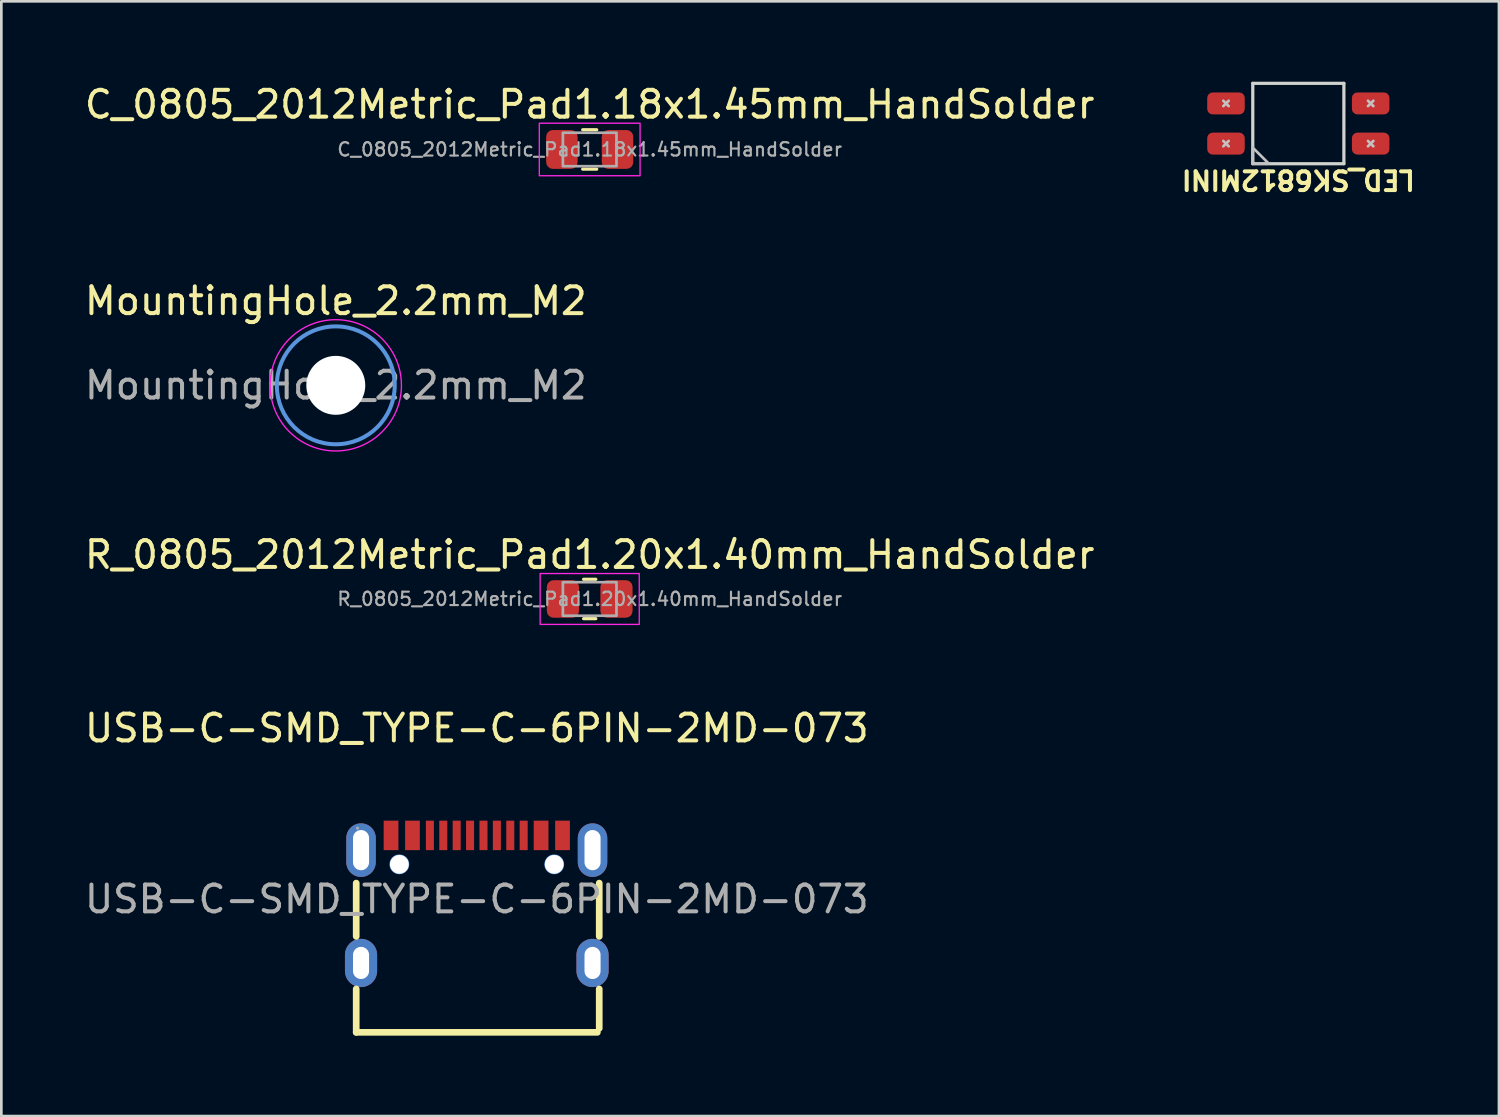
<source format=kicad_pcb>
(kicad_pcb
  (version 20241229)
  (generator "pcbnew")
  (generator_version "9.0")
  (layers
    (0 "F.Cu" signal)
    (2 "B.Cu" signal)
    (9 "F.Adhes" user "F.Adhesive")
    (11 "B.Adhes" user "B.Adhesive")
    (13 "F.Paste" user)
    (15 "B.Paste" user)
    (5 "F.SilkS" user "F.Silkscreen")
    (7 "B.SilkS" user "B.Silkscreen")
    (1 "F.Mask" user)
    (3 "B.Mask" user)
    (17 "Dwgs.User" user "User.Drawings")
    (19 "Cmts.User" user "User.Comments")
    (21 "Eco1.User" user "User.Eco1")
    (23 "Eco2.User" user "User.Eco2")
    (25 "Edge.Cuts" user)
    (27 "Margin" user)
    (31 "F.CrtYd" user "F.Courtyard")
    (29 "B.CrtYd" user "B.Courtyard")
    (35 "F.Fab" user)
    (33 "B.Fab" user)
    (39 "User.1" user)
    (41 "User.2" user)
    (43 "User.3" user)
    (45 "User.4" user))
  (footprint "C_0805_2012Metric_Pad1.18x1.45mm_HandSolder"
    (layer "F.Cu")
    (at 18.958 2.528)
    (property "Reference" "C_0805_2012Metric_Pad1.18x1.45mm_HandSolder" (at 0 -1.68 0) (layer "F.SilkS") (effects (font (size 1 1) (thickness 0.15))))
    (attr smd)
    (fp_line (start -0.261 -0.735) (end 0.261 -0.735) (stroke (width 0.12) (type solid)) (layer "F.SilkS"))
    (fp_line (start -0.261 0.735) (end 0.261 0.735) (stroke (width 0.12) (type solid)) (layer "F.SilkS"))
    (fp_rect (start -1.88 -0.98) (end 1.88 0.98) (stroke (width 0.05) (type solid)) (fill no) (layer "F.CrtYd"))
    (fp_rect (start -1 -0.625) (end 1 0.625) (stroke (width 0.1) (type solid)) (fill no) (layer "F.Fab"))
    (fp_text user "${REFERENCE}" (at 0 0 0) (layer "F.Fab") (effects (font (size 0.5 0.5) (thickness 0.08))))
    (pad "1" smd roundrect (at -1.038 0 180) (size 1.175 1.45) (layers "F.Cu" "F.Mask" "F.Paste") (roundrect_rratio 0.213))
    (pad "2" smd roundrect (at 1.038 0 180) (size 1.175 1.45) (layers "F.Cu" "F.Mask" "F.Paste") (roundrect_rratio 0.213)))
  (footprint "LED_SK6812MINI"
    (layer "F.Cu")
    (at 45.405 1.56)
    (property "Reference" "LED_SK6812MINI" (at 0 2.1 180) (unlocked yes) (layer "F.SilkS") (effects (font (size 0.7 0.7) (thickness 0.15))))
    (attr through_hole)
    (fp_line (start -2.8 -0.65) (end -2.6 -0.85) (stroke (width 0.1) (type default)) (layer "Dwgs.User"))
    (fp_line (start -2.8 0.85) (end -2.6 0.65) (stroke (width 0.1) (type default)) (layer "Dwgs.User"))
    (fp_line (start -2.6 -0.65) (end -2.8 -0.85) (stroke (width 0.1) (type default)) (layer "Dwgs.User"))
    (fp_line (start -2.6 0.85) (end -2.8 0.65) (stroke (width 0.1) (type default)) (layer "Dwgs.User"))
    (fp_line (start 2.6 -0.65) (end 2.8 -0.85) (stroke (width 0.1) (type default)) (layer "Dwgs.User"))
    (fp_line (start 2.6 0.85) (end 2.8 0.65) (stroke (width 0.1) (type default)) (layer "Dwgs.User"))
    (fp_line (start 2.8 -0.65) (end 2.6 -0.85) (stroke (width 0.1) (type default)) (layer "Dwgs.User"))
    (fp_line (start 2.8 0.85) (end 2.6 0.65) (stroke (width 0.1) (type default)) (layer "Dwgs.User"))
    (fp_poly (pts (xy -1.1 1.5) (xy -1.7 1.5) (xy -1.7 0.9)) (stroke (width 0.1) (type solid)) (fill no) (layer "Dwgs.User"))
    (fp_line (start -1.7 -1.5) (end -1.7 1.5) (stroke (width 0.12) (type solid)) (layer "Edge.Cuts"))
    (fp_line (start -1.7 1.5) (end 1.7 1.5) (stroke (width 0.12) (type solid)) (layer "Edge.Cuts"))
    (fp_line (start 1.7 -1.5) (end -1.7 -1.5) (stroke (width 0.12) (type solid)) (layer "Edge.Cuts"))
    (fp_line (start 1.7 1.5) (end 1.7 -1.5) (stroke (width 0.12) (type solid)) (layer "Edge.Cuts"))
    (pad "1" smd roundrect (at 2.7 -0.75 180) (size 1.4 0.82) (layers "F.Cu" "F.Mask" "F.Paste") (roundrect_rratio 0.25))
    (pad "2" smd roundrect (at 2.7 0.75 180) (size 1.4 0.82) (layers "F.Cu" "F.Mask" "F.Paste") (roundrect_rratio 0.25))
    (pad "3" smd roundrect (at -2.7 0.75 180) (size 1.4 0.82) (layers "F.Cu" "F.Mask" "F.Paste") (roundrect_rratio 0.25))
    (pad "4" smd roundrect (at -2.7 -0.75 180) (size 1.4 0.82) (layers "F.Cu" "F.Mask" "F.Paste") (roundrect_rratio 0.25)))
  (footprint "R_0805_2012Metric_Pad1.20x1.40mm_HandSolder"
    (layer "F.Cu")
    (at 18.958 19.304)
    (property "Reference" "R_0805_2012Metric_Pad1.20x1.40mm_HandSolder" (at 0 -1.65 0) (layer "F.SilkS") (effects (font (size 1 1) (thickness 0.15))))
    (attr smd)
    (fp_line (start -0.227 -0.735) (end 0.227 -0.735) (stroke (width 0.12) (type solid)) (layer "F.SilkS"))
    (fp_line (start -0.227 0.735) (end 0.227 0.735) (stroke (width 0.12) (type solid)) (layer "F.SilkS"))
    (fp_rect (start -1.85 -0.95) (end 1.85 0.95) (stroke (width 0.05) (type solid)) (fill no) (layer "F.CrtYd"))
    (fp_rect (start -1 -0.625) (end 1 0.625) (stroke (width 0.1) (type solid)) (fill no) (layer "F.Fab"))
    (fp_text user "${REFERENCE}" (at 0 0 0) (layer "F.Fab") (effects (font (size 0.5 0.5) (thickness 0.08))))
    (pad "1" smd roundrect (at -1 0 180) (size 1.2 1.4) (layers "F.Cu" "F.Mask" "F.Paste") (roundrect_rratio 0.208))
    (pad "2" smd roundrect (at 1 0 180) (size 1.2 1.4) (layers "F.Cu" "F.Mask" "F.Paste") (roundrect_rratio 0.208)))
  (footprint "MountingHole_2.2mm_M2"
    (layer "F.Cu")
    (at 9.482 11.331)
    (property "Reference" "MountingHole_2.2mm_M2" (at 0 -3.15 0) (layer "F.SilkS") (effects (font (size 1 1) (thickness 0.15))))
    (attr exclude_from_pos_files exclude_from_bom)
    (fp_circle (center 0 0) (end 2.2 0) (stroke (width 0.15) (type solid)) (fill no) (layer "Cmts.User"))
    (fp_circle (center 0 0) (end 2.45 0) (stroke (width 0.05) (type solid)) (fill no) (layer "F.CrtYd"))
    (fp_text user "${REFERENCE}" (at 0 0 0) (layer "F.Fab") (effects (font (size 1 1) (thickness 0.15))))
    (pad "" np_thru_hole circle (at 0 0) (size 2.2 2.2) (drill 2.2) (layers "*.Cu" "*.Mask")))
  (footprint "USB-C-SMD_TYPE-C-6PIN-2MD-073"
    (layer "F.Cu")
    (at 14.744 30.508)
    (property "Reference" "USB-C-SMD_TYPE-C-6PIN-2MD-073" (at 0 -6.38 0) (layer "F.SilkS") (effects (font (size 1 1) (thickness 0.15))))
    (attr smd)
    (fp_line (start -4.5 1.39) (end -4.5 -0.6) (stroke (width 0.25) (type solid)) (layer "F.SilkS"))
    (fp_line (start -4.5 4.97) (end -4.5 3.35) (stroke (width 0.25) (type solid)) (layer "F.SilkS"))
    (fp_line (start 4.5 4.97) (end -4.5 4.97) (stroke (width 0.25) (type solid)) (layer "F.SilkS"))
    (fp_line (start 4.57 1.39) (end 4.57 -0.6) (stroke (width 0.25) (type solid)) (layer "F.SilkS"))
    (fp_line (start 4.57 4.82) (end 4.57 3.35) (stroke (width 0.25) (type solid)) (layer "F.SilkS"))
    (fp_circle (center -2.89 -1.3) (end -2.77 -1.3) (stroke (width 0.25) (type solid)) (fill no) (layer "Cmts.User"))
    (fp_circle (center 2.89 -1.3) (end 3.01 -1.3) (stroke (width 0.25) (type solid)) (fill no) (layer "Cmts.User"))
    (fp_circle (center -4.45 -2.65) (end -4.42 -2.65) (stroke (width 0.06) (type solid)) (fill no) (layer "F.Fab"))
    (fp_text user "${REFERENCE}" (at 0 0 0) (layer "F.Fab") (effects (font (size 1 1) (thickness 0.15))))
    (pad "" thru_hole circle (at -2.89 -1.3) (size 0.7 0.7) (drill 0.7) (layers "*.Cu" "*.Mask"))
    (pad "" thru_hole circle (at 2.89 -1.3) (size 0.7 0.7) (drill 0.7) (layers "*.Cu" "*.Mask"))
    (pad "1" smd rect (at -3.2 -2.38) (size 0.55 1.1) (layers "F.Cu" "F.Mask" "F.Paste"))
    (pad "2" smd rect (at -2.4 -2.38) (size 0.55 1.1) (layers "F.Cu" "F.Mask" "F.Paste"))
    (pad "3" smd rect (at -1.75 -2.38) (size 0.3 1.1) (layers "F.Cu" "F.Mask" "F.Paste"))
    (pad "4" smd rect (at -1.25 -2.38) (size 0.3 1.1) (layers "F.Cu" "F.Mask" "F.Paste"))
    (pad "5" smd rect (at -0.75 -2.38) (size 0.3 1.1) (layers "F.Cu" "F.Mask" "F.Paste"))
    (pad "6" smd rect (at -0.25 -2.38) (size 0.3 1.1) (layers "F.Cu" "F.Mask" "F.Paste"))
    (pad "7" smd rect (at 0.25 -2.38) (size 0.3 1.1) (layers "F.Cu" "F.Mask" "F.Paste"))
    (pad "8" smd rect (at 0.75 -2.38) (size 0.3 1.1) (layers "F.Cu" "F.Mask" "F.Paste"))
    (pad "9" smd rect (at 1.25 -2.38) (size 0.3 1.1) (layers "F.Cu" "F.Mask" "F.Paste"))
    (pad "10" smd rect (at 1.75 -2.38) (size 0.3 1.1) (layers "F.Cu" "F.Mask" "F.Paste"))
    (pad "11" smd rect (at 2.4 -2.38) (size 0.55 1.1) (layers "F.Cu" "F.Mask" "F.Paste"))
    (pad "12" smd rect (at 3.2 -2.38) (size 0.55 1.1) (layers "F.Cu" "F.Mask" "F.Paste"))
    (pad "13" thru_hole oval (at -4.32 -1.83) (size 1.1 2) (drill oval 0.6 1.5) (layers "*.Cu" "*.Mask"))
    (pad "13" thru_hole oval (at -4.32 2.38) (size 1.2 1.8) (drill oval 0.6 1.2) (layers "*.Cu" "*.Mask"))
    (pad "14" thru_hole oval (at 4.32 -1.83) (size 1.1 2) (drill oval 0.6 1.5) (layers "*.Cu" "*.Mask"))
    (pad "14" thru_hole oval (at 4.32 2.38) (size 1.2 1.8) (drill oval 0.6 1.2) (layers "*.Cu" "*.Mask")))
  (gr_rect
    (start -3 -3)
    (end 52.893 38.602)
    (stroke (width 0.1) (type default))
    (fill no)
    (layer "Edge.Cuts")))
</source>
